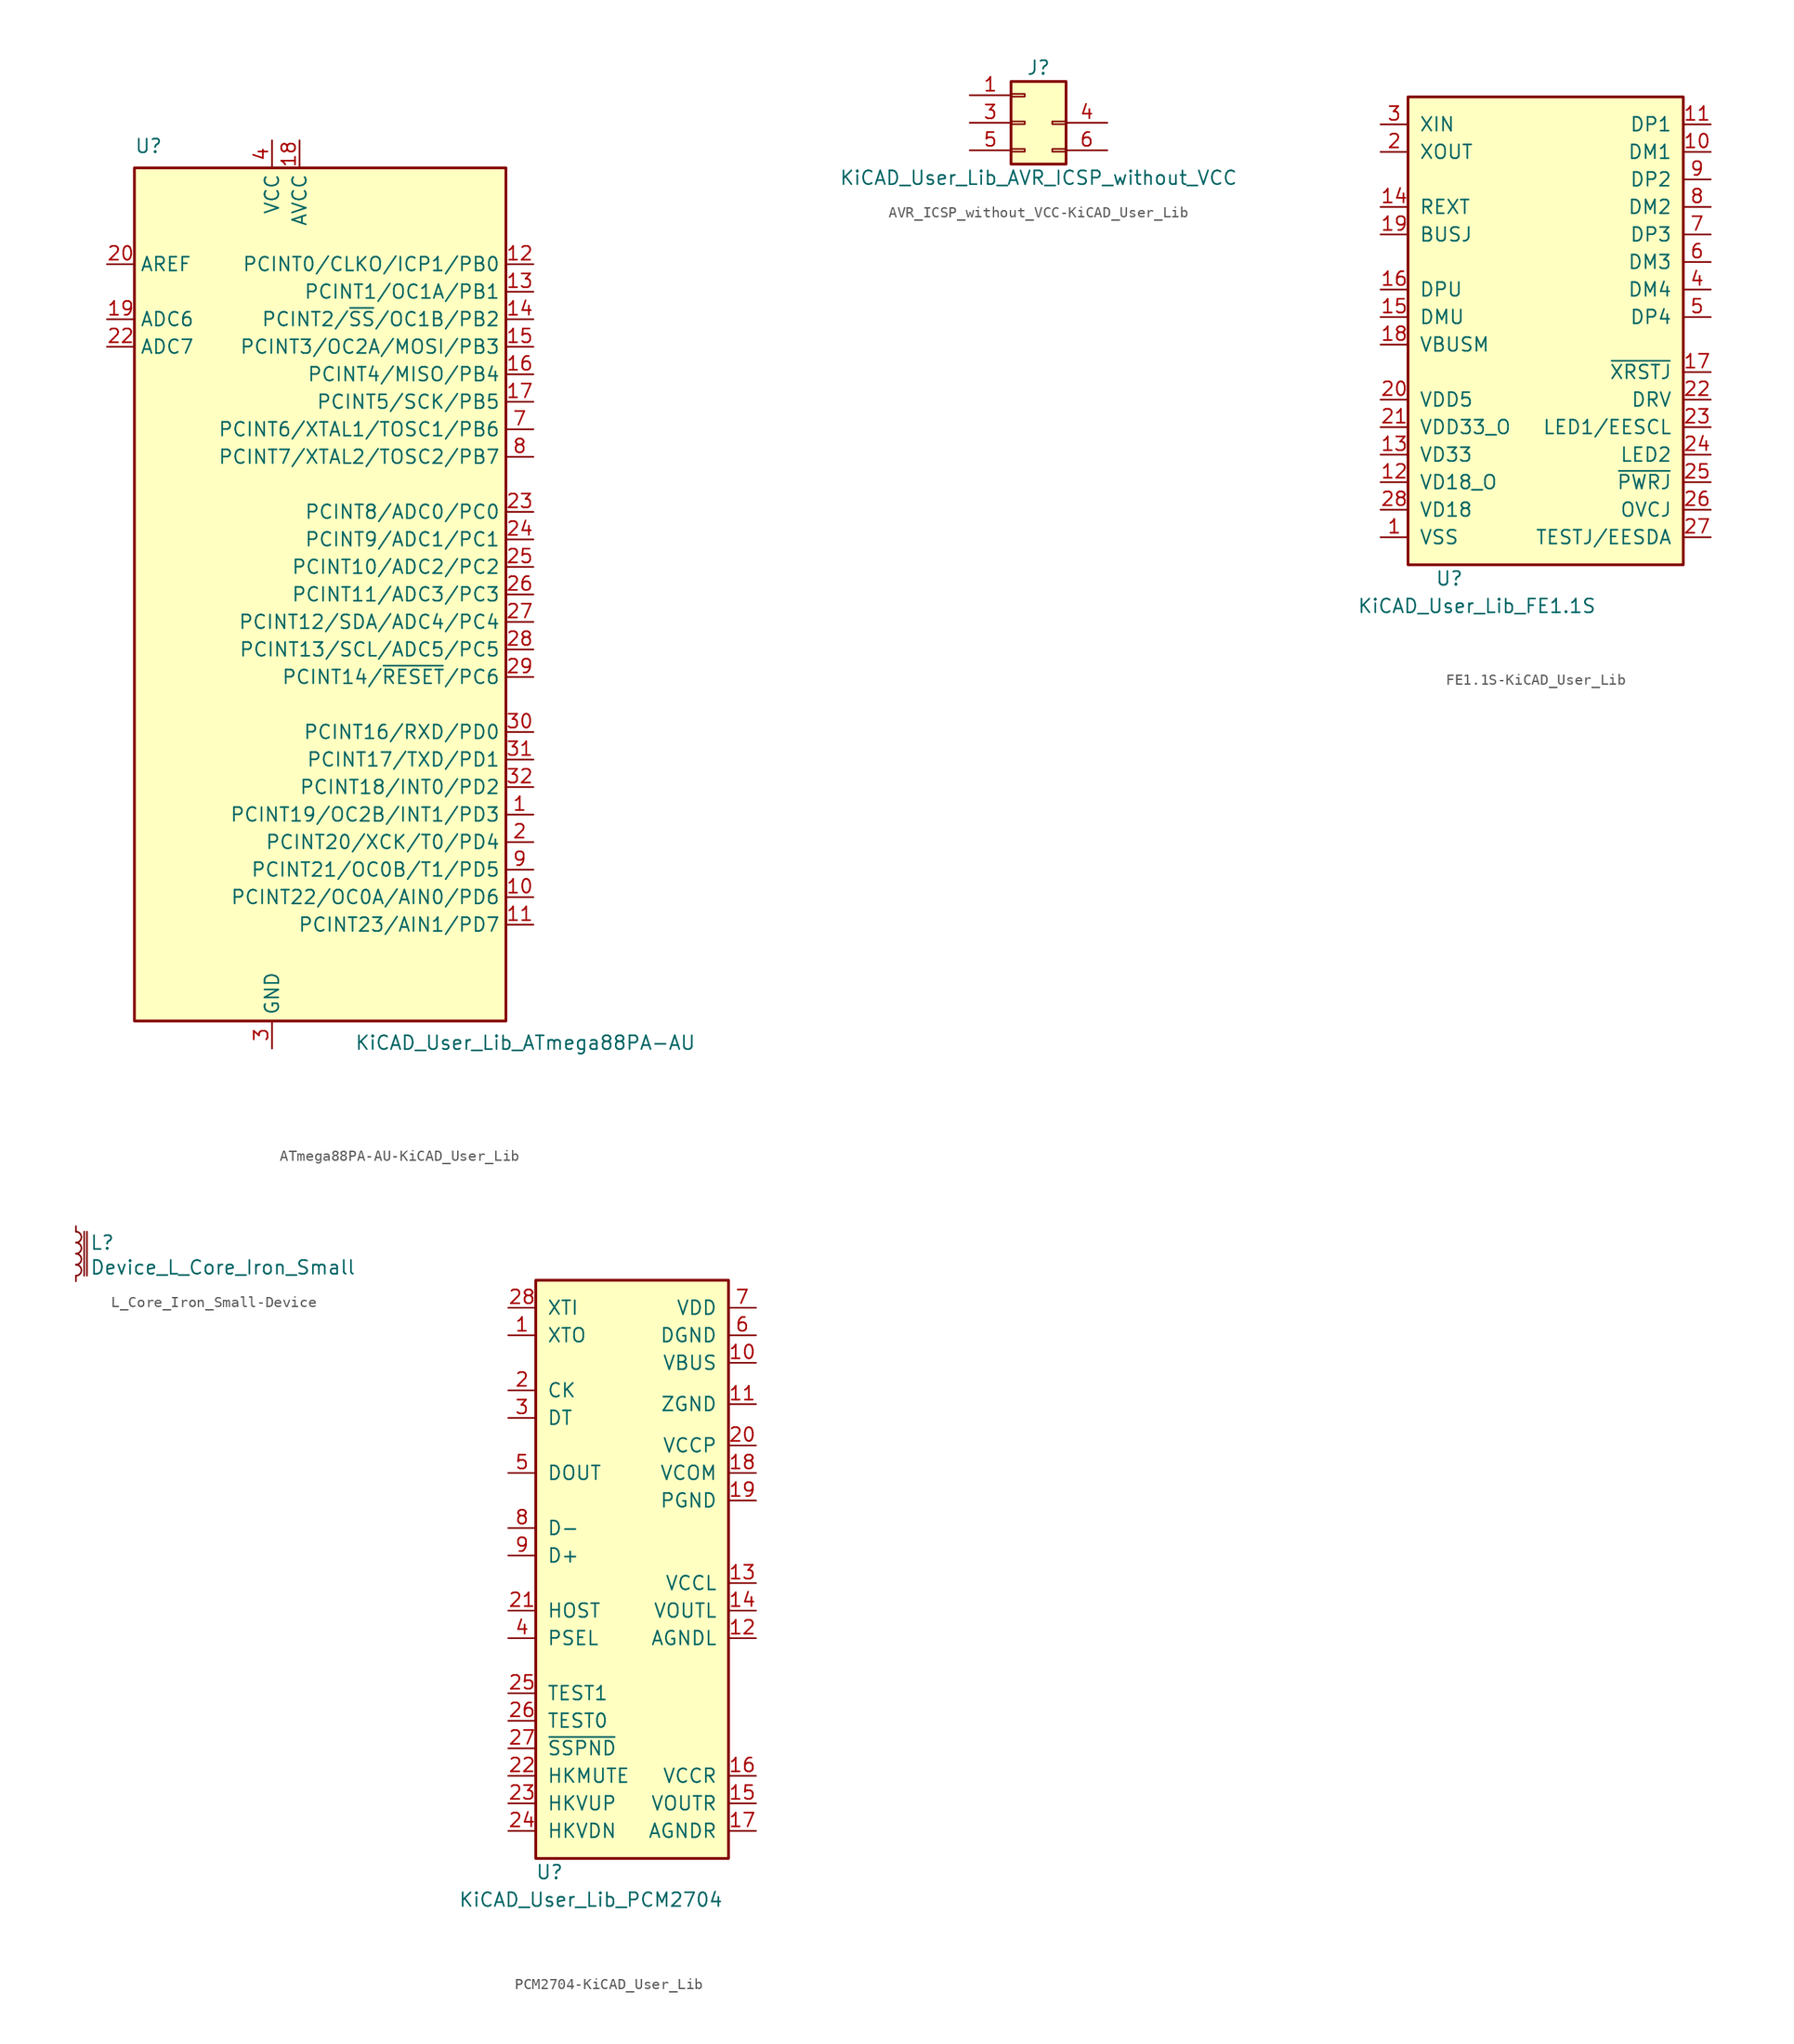
<source format=kicad_sym>
(kicad_symbol_lib
  (version 20220914)
  (generator kicad_symbol_editor)
  (symbol "ATmega88PA-AU-KiCAD_User_Lib"
    (property "Reference" "U"
      (at -21.59 40.64 0)
      (effects (font (size 1.27 1.27)) (justify left bottom)))
    (property "Value" "KiCAD_User_Lib_ATmega88PA-AU"
      (at -1.27 -40.64 0)
      (effects (font (size 1.27 1.27)) (justify left top)))
    (symbol "ATmega88PA-AU-KiCAD_User_Lib_0_1"
      (rectangle (start -21.59 -39.37) (end 12.7 39.37) (stroke (width 0.254) (type solid)) (fill (type background))))
    (symbol "ATmega88PA-AU-KiCAD_User_Lib_1_1"
      (pin bidirectional line (at 15.24 -20.32 180) (length 2.54) (name "PCINT19/OC2B/INT1/PD3" (effects (font (size 1.27 1.27)))) (number "1" (effects (font (size 1.27 1.27)))))
      (pin bidirectional line (at 15.24 -27.94 180) (length 2.54) (name "PCINT22/OC0A/AIN0/PD6" (effects (font (size 1.27 1.27)))) (number "10" (effects (font (size 1.27 1.27)))))
      (pin bidirectional line (at 15.24 -30.48 180) (length 2.54) (name "PCINT23/AIN1/PD7" (effects (font (size 1.27 1.27)))) (number "11" (effects (font (size 1.27 1.27)))))
      (pin bidirectional line (at 15.24 30.48 180) (length 2.54) (name "PCINT0/CLKO/ICP1/PB0" (effects (font (size 1.27 1.27)))) (number "12" (effects (font (size 1.27 1.27)))))
      (pin bidirectional line (at 15.24 27.94 180) (length 2.54) (name "PCINT1/OC1A/PB1" (effects (font (size 1.27 1.27)))) (number "13" (effects (font (size 1.27 1.27)))))
      (pin bidirectional line (at 15.24 25.4 180) (length 2.54) (name "PCINT2/~{SS}/OC1B/PB2" (effects (font (size 1.27 1.27)))) (number "14" (effects (font (size 1.27 1.27)))))
      (pin bidirectional line (at 15.24 22.86 180) (length 2.54) (name "PCINT3/OC2A/MOSI/PB3" (effects (font (size 1.27 1.27)))) (number "15" (effects (font (size 1.27 1.27)))))
      (pin bidirectional line (at 15.24 20.32 180) (length 2.54) (name "PCINT4/MISO/PB4" (effects (font (size 1.27 1.27)))) (number "16" (effects (font (size 1.27 1.27)))))
      (pin bidirectional line (at 15.24 17.78 180) (length 2.54) (name "PCINT5/SCK/PB5" (effects (font (size 1.27 1.27)))) (number "17" (effects (font (size 1.27 1.27)))))
      (pin power_in line (at -6.35 41.91 270) (length 2.54) (name "AVCC" (effects (font (size 1.27 1.27)))) (number "18" (effects (font (size 1.27 1.27)))))
      (pin input line (at -24.13 25.4 0) (length 2.54) (name "ADC6" (effects (font (size 1.27 1.27)))) (number "19" (effects (font (size 1.27 1.27)))))
      (pin bidirectional line (at 15.24 -22.86 180) (length 2.54) (name "PCINT20/XCK/T0/PD4" (effects (font (size 1.27 1.27)))) (number "2" (effects (font (size 1.27 1.27)))))
      (pin passive line (at -24.13 30.48 0) (length 2.54) (name "AREF" (effects (font (size 1.27 1.27)))) (number "20" (effects (font (size 1.27 1.27)))))
      (pin passive line (at -8.89 -41.91 90) (length 2.54) hide (name "GND" (effects (font (size 1.27 1.27)))) (number "21" (effects (font (size 1.27 1.27)))))
      (pin input line (at -24.13 22.86 0) (length 2.54) (name "ADC7" (effects (font (size 1.27 1.27)))) (number "22" (effects (font (size 1.27 1.27)))))
      (pin bidirectional line (at 15.24 7.62 180) (length 2.54) (name "PCINT8/ADC0/PC0" (effects (font (size 1.27 1.27)))) (number "23" (effects (font (size 1.27 1.27)))))
      (pin bidirectional line (at 15.24 5.08 180) (length 2.54) (name "PCINT9/ADC1/PC1" (effects (font (size 1.27 1.27)))) (number "24" (effects (font (size 1.27 1.27)))))
      (pin bidirectional line (at 15.24 2.54 180) (length 2.54) (name "PCINT10/ADC2/PC2" (effects (font (size 1.27 1.27)))) (number "25" (effects (font (size 1.27 1.27)))))
      (pin bidirectional line (at 15.24 0 180) (length 2.54) (name "PCINT11/ADC3/PC3" (effects (font (size 1.27 1.27)))) (number "26" (effects (font (size 1.27 1.27)))))
      (pin bidirectional line (at 15.24 -2.54 180) (length 2.54) (name "PCINT12/SDA/ADC4/PC4" (effects (font (size 1.27 1.27)))) (number "27" (effects (font (size 1.27 1.27)))))
      (pin bidirectional line (at 15.24 -5.08 180) (length 2.54) (name "PCINT13/SCL/ADC5/PC5" (effects (font (size 1.27 1.27)))) (number "28" (effects (font (size 1.27 1.27)))))
      (pin bidirectional line (at 15.24 -7.62 180) (length 2.54) (name "PCINT14/~{RESET}/PC6" (effects (font (size 1.27 1.27)))) (number "29" (effects (font (size 1.27 1.27)))))
      (pin power_in line (at -8.89 -41.91 90) (length 2.54) (name "GND" (effects (font (size 1.27 1.27)))) (number "3" (effects (font (size 1.27 1.27)))))
      (pin bidirectional line (at 15.24 -12.7 180) (length 2.54) (name "PCINT16/RXD/PD0" (effects (font (size 1.27 1.27)))) (number "30" (effects (font (size 1.27 1.27)))))
      (pin bidirectional line (at 15.24 -15.24 180) (length 2.54) (name "PCINT17/TXD/PD1" (effects (font (size 1.27 1.27)))) (number "31" (effects (font (size 1.27 1.27)))))
      (pin bidirectional line (at 15.24 -17.78 180) (length 2.54) (name "PCINT18/INT0/PD2" (effects (font (size 1.27 1.27)))) (number "32" (effects (font (size 1.27 1.27)))))
      (pin power_in line (at -8.89 41.91 270) (length 2.54) (name "VCC" (effects (font (size 1.27 1.27)))) (number "4" (effects (font (size 1.27 1.27)))))
      (pin passive line (at -8.89 -41.91 90) (length 2.54) hide (name "GND" (effects (font (size 1.27 1.27)))) (number "5" (effects (font (size 1.27 1.27)))))
      (pin passive line (at -8.89 41.91 270) (length 2.54) hide (name "VCC" (effects (font (size 1.27 1.27)))) (number "6" (effects (font (size 1.27 1.27)))))
      (pin bidirectional line (at 15.24 15.24 180) (length 2.54) (name "PCINT6/XTAL1/TOSC1/PB6" (effects (font (size 1.27 1.27)))) (number "7" (effects (font (size 1.27 1.27)))))
      (pin bidirectional line (at 15.24 12.7 180) (length 2.54) (name "PCINT7/XTAL2/TOSC2/PB7" (effects (font (size 1.27 1.27)))) (number "8" (effects (font (size 1.27 1.27)))))
      (pin bidirectional line (at 15.24 -25.4 180) (length 2.54) (name "PCINT21/OC0B/T1/PD5" (effects (font (size 1.27 1.27)))) (number "9" (effects (font (size 1.27 1.27)))))))
  (symbol "AVR_ICSP_without_VCC-KiCAD_User_Lib"
    (pin_names
      (offset 1.016) hide)
    (property "Reference" "J"
      (at 1.27 5.08 0)
      (effects (font (size 1.27 1.27))))
    (property "Value" "KiCAD_User_Lib_AVR_ICSP_without_VCC"
      (at 1.27 -5.08 0)
      (effects (font (size 1.27 1.27))))
    (symbol "AVR_ICSP_without_VCC-KiCAD_User_Lib_1_1"
      (rectangle (start -1.27 -2.413) (end 0 -2.667) (stroke (width 0.152) (type solid)) (fill (type none)))
      (rectangle (start -1.27 0.127) (end 0 -0.127) (stroke (width 0.152) (type solid)) (fill (type none)))
      (rectangle (start -1.27 2.667) (end 0 2.413) (stroke (width 0.152) (type solid)) (fill (type none)))
      (rectangle (start -1.27 3.81) (end 3.81 -3.81) (stroke (width 0.254) (type solid)) (fill (type background)))
      (rectangle (start 3.81 -2.413) (end 2.54 -2.667) (stroke (width 0.152) (type solid)) (fill (type none)))
      (rectangle (start 3.81 0.127) (end 2.54 -0.127) (stroke (width 0.152) (type solid)) (fill (type none)))
      (pin passive line (at -5.08 2.54 0) (length 3.81) (name "MISO" (effects (font (size 1.27 1.27)))) (number "1" (effects (font (size 1.27 1.27)))))
      (pin passive line (at -5.08 0 0) (length 3.81) (name "SCK" (effects (font (size 1.27 1.27)))) (number "3" (effects (font (size 1.27 1.27)))))
      (pin passive line (at 7.62 0 180) (length 3.81) (name "MOSI" (effects (font (size 1.27 1.27)))) (number "4" (effects (font (size 1.27 1.27)))))
      (pin passive line (at -5.08 -2.54 0) (length 3.81) (name "~{RESET}" (effects (font (size 1.27 1.27)))) (number "5" (effects (font (size 1.27 1.27)))))
      (pin passive line (at 7.62 -2.54 180) (length 3.81) (name "GNDD" (effects (font (size 1.27 1.27)))) (number "6" (effects (font (size 1.27 1.27)))))))
  (symbol "FE1.1S-KiCAD_User_Lib"
    (pin_names
      (offset 1.016))
    (property "Reference" "U"
      (at -8.89 -24.13 0)
      (effects (font (size 1.27 1.27))))
    (property "Value" "KiCAD_User_Lib_FE1.1S"
      (at -6.35 -26.67 0)
      (effects (font (size 1.27 1.27))))
    (symbol "FE1.1S-KiCAD_User_Lib_1_1"
      (rectangle (start -12.7 20.32) (end 12.7 -22.86) (stroke (width 0.254) (type solid)) (fill (type background)))
      (pin power_in line (at -15.24 -20.32 0) (length 2.54) (name "VSS" (effects (font (size 1.27 1.27)))) (number "1" (effects (font (size 1.27 1.27)))))
      (pin bidirectional line (at 15.24 15.24 180) (length 2.54) (name "DM1" (effects (font (size 1.27 1.27)))) (number "10" (effects (font (size 1.27 1.27)))))
      (pin bidirectional line (at 15.24 17.78 180) (length 2.54) (name "DP1" (effects (font (size 1.27 1.27)))) (number "11" (effects (font (size 1.27 1.27)))))
      (pin power_out line (at -15.24 -15.24 0) (length 2.54) (name "VD18_O" (effects (font (size 1.27 1.27)))) (number "12" (effects (font (size 1.27 1.27)))))
      (pin power_in line (at -15.24 -12.7 0) (length 2.54) (name "VD33" (effects (font (size 1.27 1.27)))) (number "13" (effects (font (size 1.27 1.27)))))
      (pin input line (at -15.24 10.16 0) (length 2.54) (name "REXT" (effects (font (size 1.27 1.27)))) (number "14" (effects (font (size 1.27 1.27)))))
      (pin bidirectional line (at -15.24 0 0) (length 2.54) (name "DMU" (effects (font (size 1.27 1.27)))) (number "15" (effects (font (size 1.27 1.27)))))
      (pin bidirectional line (at -15.24 2.54 0) (length 2.54) (name "DPU" (effects (font (size 1.27 1.27)))) (number "16" (effects (font (size 1.27 1.27)))))
      (pin input line (at 15.24 -5.08 180) (length 2.54) (name "~{XRSTJ}" (effects (font (size 1.27 1.27)))) (number "17" (effects (font (size 1.27 1.27)))))
      (pin input line (at -15.24 -2.54 0) (length 2.54) (name "VBUSM" (effects (font (size 1.27 1.27)))) (number "18" (effects (font (size 1.27 1.27)))))
      (pin input line (at -15.24 7.62 0) (length 2.54) (name "BUSJ" (effects (font (size 1.27 1.27)))) (number "19" (effects (font (size 1.27 1.27)))))
      (pin output line (at -15.24 15.24 0) (length 2.54) (name "XOUT" (effects (font (size 1.27 1.27)))) (number "2" (effects (font (size 1.27 1.27)))))
      (pin power_in line (at -15.24 -7.62 0) (length 2.54) (name "VDD5" (effects (font (size 1.27 1.27)))) (number "20" (effects (font (size 1.27 1.27)))))
      (pin power_out line (at -15.24 -10.16 0) (length 2.54) (name "VDD33_O" (effects (font (size 1.27 1.27)))) (number "21" (effects (font (size 1.27 1.27)))))
      (pin bidirectional line (at 15.24 -7.62 180) (length 2.54) (name "DRV" (effects (font (size 1.27 1.27)))) (number "22" (effects (font (size 1.27 1.27)))))
      (pin bidirectional line (at 15.24 -10.16 180) (length 2.54) (name "LED1/EESCL" (effects (font (size 1.27 1.27)))) (number "23" (effects (font (size 1.27 1.27)))))
      (pin bidirectional line (at 15.24 -12.7 180) (length 2.54) (name "LED2" (effects (font (size 1.27 1.27)))) (number "24" (effects (font (size 1.27 1.27)))))
      (pin open_collector line (at 15.24 -15.24 180) (length 2.54) (name "~{PWRJ}" (effects (font (size 1.27 1.27)))) (number "25" (effects (font (size 1.27 1.27)))))
      (pin input line (at 15.24 -17.78 180) (length 2.54) (name "OVCJ" (effects (font (size 1.27 1.27)))) (number "26" (effects (font (size 1.27 1.27)))))
      (pin bidirectional line (at 15.24 -20.32 180) (length 2.54) (name "TESTJ/EESDA" (effects (font (size 1.27 1.27)))) (number "27" (effects (font (size 1.27 1.27)))))
      (pin power_in line (at -15.24 -17.78 0) (length 2.54) (name "VD18" (effects (font (size 1.27 1.27)))) (number "28" (effects (font (size 1.27 1.27)))))
      (pin input line (at -15.24 17.78 0) (length 2.54) (name "XIN" (effects (font (size 1.27 1.27)))) (number "3" (effects (font (size 1.27 1.27)))))
      (pin bidirectional line (at 15.24 2.54 180) (length 2.54) (name "DM4" (effects (font (size 1.27 1.27)))) (number "4" (effects (font (size 1.27 1.27)))))
      (pin bidirectional line (at 15.24 0 180) (length 2.54) (name "DP4" (effects (font (size 1.27 1.27)))) (number "5" (effects (font (size 1.27 1.27)))))
      (pin bidirectional line (at 15.24 5.08 180) (length 2.54) (name "DM3" (effects (font (size 1.27 1.27)))) (number "6" (effects (font (size 1.27 1.27)))))
      (pin bidirectional line (at 15.24 7.62 180) (length 2.54) (name "DP3" (effects (font (size 1.27 1.27)))) (number "7" (effects (font (size 1.27 1.27)))))
      (pin bidirectional line (at 15.24 10.16 180) (length 2.54) (name "DM2" (effects (font (size 1.27 1.27)))) (number "8" (effects (font (size 1.27 1.27)))))
      (pin bidirectional line (at 15.24 12.7 180) (length 2.54) (name "DP2" (effects (font (size 1.27 1.27)))) (number "9" (effects (font (size 1.27 1.27)))))))
  (symbol "L_Core_Iron_Small-Device"
    (pin_numbers hide)
    (pin_names
      (offset 0.254) hide)
    (property "Reference" "L"
      (at 1.27 1.016 0)
      (effects (font (size 1.27 1.27)) (justify left)))
    (property "Value" "Device_L_Core_Iron_Small"
      (at 1.27 -1.27 0)
      (effects (font (size 1.27 1.27)) (justify left)))
    (symbol "L_Core_Iron_Small-Device_0_1"
      (arc (start 0 -2.032) (mid 0.5058 -1.524) (end 0 -1.016) (stroke (width 0) (type solid)) (fill (type none)))
      (arc (start 0 -1.016) (mid 0.5058 -0.508) (end 0 0) (stroke (width 0) (type solid)) (fill (type none)))
      (polyline (pts (xy 0.762 2.032) (xy 0.762 -2.032)) (stroke (width 0) (type solid)) (fill (type none)))
      (polyline (pts (xy 1.016 -2.032) (xy 1.016 2.032)) (stroke (width 0) (type solid)) (fill (type none)))
      (arc (start 0 0) (mid 0.5058 0.508) (end 0 1.016) (stroke (width 0) (type solid)) (fill (type none)))
      (arc (start 0 1.016) (mid 0.5058 1.524) (end 0 2.032) (stroke (width 0) (type solid)) (fill (type none))))
    (symbol "L_Core_Iron_Small-Device_1_1"
      (pin passive line (at 0 2.54 270) (length 0.508) (name "~" (effects (font (size 1.27 1.27)))) (number "1" (effects (font (size 1.27 1.27)))))
      (pin passive line (at 0 -2.54 90) (length 0.508) (name "~" (effects (font (size 1.27 1.27)))) (number "2" (effects (font (size 1.27 1.27)))))))
  (symbol "PCM2704-KiCAD_User_Lib"
    (pin_names
      (offset 1.016))
    (property "Reference" "U"
      (at -7.62 -29.21 0)
      (effects (font (size 1.27 1.27))))
    (property "Value" "KiCAD_User_Lib_PCM2704"
      (at -3.81 -31.75 0)
      (effects (font (size 1.27 1.27))))
    (symbol "PCM2704-KiCAD_User_Lib_1_1"
      (rectangle (start -8.89 25.4) (end 8.89 -27.94) (stroke (width 0.254) (type solid)) (fill (type background)))
      (pin output line (at -11.43 20.32 0) (length 2.54) (name "XTO" (effects (font (size 1.27 1.27)))) (number "1" (effects (font (size 1.27 1.27)))))
      (pin power_in line (at 11.43 17.78 180) (length 2.54) (name "VBUS" (effects (font (size 1.27 1.27)))) (number "10" (effects (font (size 1.27 1.27)))))
      (pin power_in line (at 11.43 13.97 180) (length 2.54) (name "ZGND" (effects (font (size 1.27 1.27)))) (number "11" (effects (font (size 1.27 1.27)))))
      (pin power_in line (at 11.43 -7.62 180) (length 2.54) (name "AGNDL" (effects (font (size 1.27 1.27)))) (number "12" (effects (font (size 1.27 1.27)))))
      (pin power_in line (at 11.43 -2.54 180) (length 2.54) (name "VCCL" (effects (font (size 1.27 1.27)))) (number "13" (effects (font (size 1.27 1.27)))))
      (pin output line (at 11.43 -5.08 180) (length 2.54) (name "VOUTL" (effects (font (size 1.27 1.27)))) (number "14" (effects (font (size 1.27 1.27)))))
      (pin output line (at 11.43 -22.86 180) (length 2.54) (name "VOUTR" (effects (font (size 1.27 1.27)))) (number "15" (effects (font (size 1.27 1.27)))))
      (pin power_in line (at 11.43 -20.32 180) (length 2.54) (name "VCCR" (effects (font (size 1.27 1.27)))) (number "16" (effects (font (size 1.27 1.27)))))
      (pin power_in line (at 11.43 -25.4 180) (length 2.54) (name "AGNDR" (effects (font (size 1.27 1.27)))) (number "17" (effects (font (size 1.27 1.27)))))
      (pin power_in line (at 11.43 7.62 180) (length 2.54) (name "VCOM" (effects (font (size 1.27 1.27)))) (number "18" (effects (font (size 1.27 1.27)))))
      (pin power_in line (at 11.43 5.08 180) (length 2.54) (name "PGND" (effects (font (size 1.27 1.27)))) (number "19" (effects (font (size 1.27 1.27)))))
      (pin output line (at -11.43 15.24 0) (length 2.54) (name "CK" (effects (font (size 1.27 1.27)))) (number "2" (effects (font (size 1.27 1.27)))))
      (pin power_in line (at 11.43 10.16 180) (length 2.54) (name "VCCP" (effects (font (size 1.27 1.27)))) (number "20" (effects (font (size 1.27 1.27)))))
      (pin input line (at -11.43 -5.08 0) (length 2.54) (name "HOST" (effects (font (size 1.27 1.27)))) (number "21" (effects (font (size 1.27 1.27)))))
      (pin input line (at -11.43 -20.32 0) (length 2.54) (name "HKMUTE" (effects (font (size 1.27 1.27)))) (number "22" (effects (font (size 1.27 1.27)))))
      (pin input line (at -11.43 -22.86 0) (length 2.54) (name "HKVUP" (effects (font (size 1.27 1.27)))) (number "23" (effects (font (size 1.27 1.27)))))
      (pin input line (at -11.43 -25.4 0) (length 2.54) (name "HKVDN" (effects (font (size 1.27 1.27)))) (number "24" (effects (font (size 1.27 1.27)))))
      (pin input line (at -11.43 -12.7 0) (length 2.54) (name "TEST1" (effects (font (size 1.27 1.27)))) (number "25" (effects (font (size 1.27 1.27)))))
      (pin input line (at -11.43 -15.24 0) (length 2.54) (name "TEST0" (effects (font (size 1.27 1.27)))) (number "26" (effects (font (size 1.27 1.27)))))
      (pin output line (at -11.43 -17.78 0) (length 2.54) (name "~{SSPND}" (effects (font (size 1.27 1.27)))) (number "27" (effects (font (size 1.27 1.27)))))
      (pin input line (at -11.43 22.86 0) (length 2.54) (name "XTI" (effects (font (size 1.27 1.27)))) (number "28" (effects (font (size 1.27 1.27)))))
      (pin bidirectional line (at -11.43 12.7 0) (length 2.54) (name "DT" (effects (font (size 1.27 1.27)))) (number "3" (effects (font (size 1.27 1.27)))))
      (pin input line (at -11.43 -7.62 0) (length 2.54) (name "PSEL" (effects (font (size 1.27 1.27)))) (number "4" (effects (font (size 1.27 1.27)))))
      (pin output line (at -11.43 7.62 0) (length 2.54) (name "DOUT" (effects (font (size 1.27 1.27)))) (number "5" (effects (font (size 1.27 1.27)))))
      (pin power_in line (at 11.43 20.32 180) (length 2.54) (name "DGND" (effects (font (size 1.27 1.27)))) (number "6" (effects (font (size 1.27 1.27)))))
      (pin power_in line (at 11.43 22.86 180) (length 2.54) (name "VDD" (effects (font (size 1.27 1.27)))) (number "7" (effects (font (size 1.27 1.27)))))
      (pin bidirectional line (at -11.43 2.54 0) (length 2.54) (name "D-" (effects (font (size 1.27 1.27)))) (number "8" (effects (font (size 1.27 1.27)))))
      (pin bidirectional line (at -11.43 0 0) (length 2.54) (name "D+" (effects (font (size 1.27 1.27)))) (number "9" (effects (font (size 1.27 1.27))))))))
</source>
